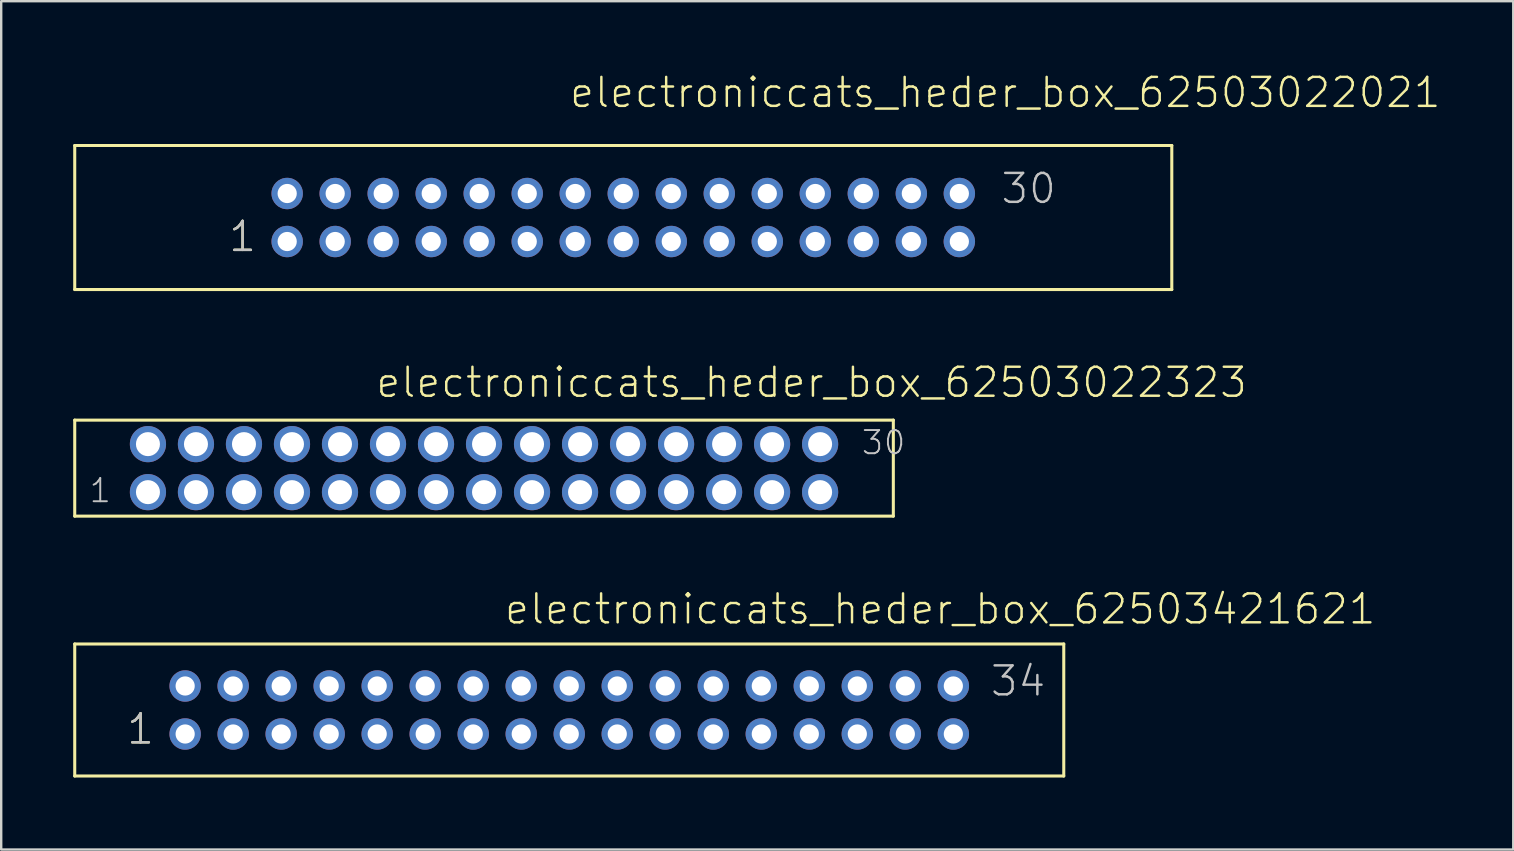
<source format=kicad_pcb>
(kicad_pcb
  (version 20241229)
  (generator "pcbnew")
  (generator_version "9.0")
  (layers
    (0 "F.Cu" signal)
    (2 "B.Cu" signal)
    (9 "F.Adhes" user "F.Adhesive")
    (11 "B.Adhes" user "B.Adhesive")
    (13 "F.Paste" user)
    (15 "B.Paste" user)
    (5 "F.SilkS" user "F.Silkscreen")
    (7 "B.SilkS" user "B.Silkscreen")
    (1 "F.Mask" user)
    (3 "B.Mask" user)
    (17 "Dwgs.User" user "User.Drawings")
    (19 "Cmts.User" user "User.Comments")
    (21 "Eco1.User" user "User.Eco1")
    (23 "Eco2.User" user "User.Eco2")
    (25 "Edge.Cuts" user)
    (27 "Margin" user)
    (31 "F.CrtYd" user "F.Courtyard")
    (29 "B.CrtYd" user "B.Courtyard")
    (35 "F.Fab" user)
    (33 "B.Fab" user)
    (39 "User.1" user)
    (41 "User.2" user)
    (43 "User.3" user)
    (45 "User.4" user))
  (footprint "electroniccats_heder_box_62503022021"
    (layer "F.Cu")
    (at 23.913 6.011)
    (property "Reference" "electroniccats_heder_box_62503022021" (at -3.3 -4.5 0) (layer "F.SilkS") (effects (font (size 1.206 1.206) (thickness 0.102)) (justify left bottom)))
    (attr through_hole)
    (fp_line (start -23.85 -3) (end -23.85 3) (stroke (width 0.127) (type solid)) (layer "F.SilkS"))
    (fp_line (start -23.85 3) (end 21.85 3) (stroke (width 0.127) (type solid)) (layer "F.SilkS"))
    (fp_line (start 21.85 -3) (end -23.85 -3) (stroke (width 0.127) (type solid)) (layer "F.SilkS"))
    (fp_line (start 21.85 3) (end 21.85 -3) (stroke (width 0.127) (type solid)) (layer "F.SilkS"))
    (fp_text user "1" (at -17.5 1.5 0) (layer "F.SilkS") (effects (font (size 1.206 1.206) (thickness 0.102)) (justify left bottom)))
    (fp_text user "1" (at -17.5 1.5 0) (layer "Dwgs.User") (effects (font (size 1.206 1.206) (thickness 0.102)) (justify left bottom)))
    (fp_text user "30" (at 14.67 -0.5 0) (layer "Dwgs.User") (effects (font (size 1.206 1.206) (thickness 0.102)) (justify left bottom)))
    (pad "1" thru_hole circle (at -15 1) (size 1.308 1.308) (drill 0.8) (layers "*.Cu" "*.Mask"))
    (pad "2" thru_hole circle (at -15 -1) (size 1.308 1.308) (drill 0.8) (layers "*.Cu" "*.Mask"))
    (pad "3" thru_hole circle (at -13 1) (size 1.308 1.308) (drill 0.8) (layers "*.Cu" "*.Mask"))
    (pad "4" thru_hole circle (at -13 -1) (size 1.308 1.308) (drill 0.8) (layers "*.Cu" "*.Mask"))
    (pad "5" thru_hole circle (at -11 1) (size 1.308 1.308) (drill 0.8) (layers "*.Cu" "*.Mask"))
    (pad "6" thru_hole circle (at -11 -1) (size 1.308 1.308) (drill 0.8) (layers "*.Cu" "*.Mask"))
    (pad "7" thru_hole circle (at -9 1) (size 1.308 1.308) (drill 0.8) (layers "*.Cu" "*.Mask"))
    (pad "8" thru_hole circle (at -9 -1) (size 1.308 1.308) (drill 0.8) (layers "*.Cu" "*.Mask"))
    (pad "9" thru_hole circle (at -7 1) (size 1.308 1.308) (drill 0.8) (layers "*.Cu" "*.Mask"))
    (pad "10" thru_hole circle (at -7 -1) (size 1.308 1.308) (drill 0.8) (layers "*.Cu" "*.Mask"))
    (pad "11" thru_hole circle (at -5 1) (size 1.308 1.308) (drill 0.8) (layers "*.Cu" "*.Mask"))
    (pad "12" thru_hole circle (at -5 -1) (size 1.308 1.308) (drill 0.8) (layers "*.Cu" "*.Mask"))
    (pad "13" thru_hole circle (at -3 1) (size 1.308 1.308) (drill 0.8) (layers "*.Cu" "*.Mask"))
    (pad "14" thru_hole circle (at -3 -1) (size 1.308 1.308) (drill 0.8) (layers "*.Cu" "*.Mask"))
    (pad "15" thru_hole circle (at -1 1) (size 1.308 1.308) (drill 0.8) (layers "*.Cu" "*.Mask"))
    (pad "16" thru_hole circle (at -1 -1) (size 1.308 1.308) (drill 0.8) (layers "*.Cu" "*.Mask"))
    (pad "17" thru_hole circle (at 1 1) (size 1.308 1.308) (drill 0.8) (layers "*.Cu" "*.Mask"))
    (pad "18" thru_hole circle (at 1 -1) (size 1.308 1.308) (drill 0.8) (layers "*.Cu" "*.Mask"))
    (pad "19" thru_hole circle (at 3 1) (size 1.308 1.308) (drill 0.8) (layers "*.Cu" "*.Mask"))
    (pad "20" thru_hole circle (at 3 -1) (size 1.308 1.308) (drill 0.8) (layers "*.Cu" "*.Mask"))
    (pad "21" thru_hole circle (at 5 1) (size 1.308 1.308) (drill 0.8) (layers "*.Cu" "*.Mask"))
    (pad "22" thru_hole circle (at 5 -1) (size 1.308 1.308) (drill 0.8) (layers "*.Cu" "*.Mask"))
    (pad "23" thru_hole circle (at 7 1) (size 1.308 1.308) (drill 0.8) (layers "*.Cu" "*.Mask"))
    (pad "24" thru_hole circle (at 7 -1) (size 1.308 1.308) (drill 0.8) (layers "*.Cu" "*.Mask"))
    (pad "25" thru_hole circle (at 9 1) (size 1.308 1.308) (drill 0.8) (layers "*.Cu" "*.Mask"))
    (pad "26" thru_hole circle (at 9 -1) (size 1.308 1.308) (drill 0.8) (layers "*.Cu" "*.Mask"))
    (pad "27" thru_hole circle (at 11 1) (size 1.308 1.308) (drill 0.8) (layers "*.Cu" "*.Mask"))
    (pad "28" thru_hole circle (at 11 -1) (size 1.308 1.308) (drill 0.8) (layers "*.Cu" "*.Mask"))
    (pad "29" thru_hole circle (at 13 1) (size 1.308 1.308) (drill 0.8) (layers "*.Cu" "*.Mask"))
    (pad "30" thru_hole circle (at 13 -1) (size 1.308 1.308) (drill 0.8) (layers "*.Cu" "*.Mask")))
  (footprint "electroniccats_heder_box_62503421621"
    (layer "F.Cu")
    (at 20.663 26.526)
    (property "Reference" "electroniccats_heder_box_62503421621" (at -2.76 -3.5 0) (layer "F.SilkS") (effects (font (size 1.206 1.206) (thickness 0.102)) (justify left bottom)))
    (attr through_hole)
    (fp_line (start -20.6 -2.75) (end -20.6 2.75) (stroke (width 0.127) (type solid)) (layer "F.SilkS"))
    (fp_line (start -20.6 2.75) (end 20.6 2.75) (stroke (width 0.127) (type solid)) (layer "F.SilkS"))
    (fp_line (start 20.6 -2.75) (end -20.6 -2.75) (stroke (width 0.127) (type solid)) (layer "F.SilkS"))
    (fp_line (start 20.6 2.75) (end 20.6 -2.75) (stroke (width 0.127) (type solid)) (layer "F.SilkS"))
    (fp_text user "1" (at -18.5 1.5 0) (layer "F.SilkS") (effects (font (size 1.206 1.206) (thickness 0.102)) (justify left bottom)))
    (fp_text user "34" (at 17.48 -0.5 0) (layer "Dwgs.User") (effects (font (size 1.206 1.206) (thickness 0.102)) (justify left bottom)))
    (fp_text user "1" (at -18.5 1.5 0) (layer "Dwgs.User") (effects (font (size 1.206 1.206) (thickness 0.102)) (justify left bottom)))
    (pad "1" thru_hole circle (at -16 1) (size 1.308 1.308) (drill 0.8) (layers "*.Cu" "*.Mask"))
    (pad "2" thru_hole circle (at -16 -1) (size 1.308 1.308) (drill 0.8) (layers "*.Cu" "*.Mask"))
    (pad "3" thru_hole circle (at -14 1) (size 1.308 1.308) (drill 0.8) (layers "*.Cu" "*.Mask"))
    (pad "4" thru_hole circle (at -14 -1) (size 1.308 1.308) (drill 0.8) (layers "*.Cu" "*.Mask"))
    (pad "5" thru_hole circle (at -12 1) (size 1.308 1.308) (drill 0.8) (layers "*.Cu" "*.Mask"))
    (pad "6" thru_hole circle (at -12 -1) (size 1.308 1.308) (drill 0.8) (layers "*.Cu" "*.Mask"))
    (pad "7" thru_hole circle (at -10 1) (size 1.308 1.308) (drill 0.8) (layers "*.Cu" "*.Mask"))
    (pad "8" thru_hole circle (at -10 -1) (size 1.308 1.308) (drill 0.8) (layers "*.Cu" "*.Mask"))
    (pad "9" thru_hole circle (at -8 1) (size 1.308 1.308) (drill 0.8) (layers "*.Cu" "*.Mask"))
    (pad "10" thru_hole circle (at -8 -1) (size 1.308 1.308) (drill 0.8) (layers "*.Cu" "*.Mask"))
    (pad "11" thru_hole circle (at -6 1) (size 1.308 1.308) (drill 0.8) (layers "*.Cu" "*.Mask"))
    (pad "12" thru_hole circle (at -6 -1) (size 1.308 1.308) (drill 0.8) (layers "*.Cu" "*.Mask"))
    (pad "13" thru_hole circle (at -4 1) (size 1.308 1.308) (drill 0.8) (layers "*.Cu" "*.Mask"))
    (pad "14" thru_hole circle (at -4 -1) (size 1.308 1.308) (drill 0.8) (layers "*.Cu" "*.Mask"))
    (pad "15" thru_hole circle (at -2 1) (size 1.308 1.308) (drill 0.8) (layers "*.Cu" "*.Mask"))
    (pad "16" thru_hole circle (at -2 -1) (size 1.308 1.308) (drill 0.8) (layers "*.Cu" "*.Mask"))
    (pad "17" thru_hole circle (at 0 1) (size 1.308 1.308) (drill 0.8) (layers "*.Cu" "*.Mask"))
    (pad "18" thru_hole circle (at 0 -1) (size 1.308 1.308) (drill 0.8) (layers "*.Cu" "*.Mask"))
    (pad "19" thru_hole circle (at 2 1) (size 1.308 1.308) (drill 0.8) (layers "*.Cu" "*.Mask"))
    (pad "20" thru_hole circle (at 2 -1) (size 1.308 1.308) (drill 0.8) (layers "*.Cu" "*.Mask"))
    (pad "21" thru_hole circle (at 4 1) (size 1.308 1.308) (drill 0.8) (layers "*.Cu" "*.Mask"))
    (pad "22" thru_hole circle (at 4 -1) (size 1.308 1.308) (drill 0.8) (layers "*.Cu" "*.Mask"))
    (pad "23" thru_hole circle (at 6 1) (size 1.308 1.308) (drill 0.8) (layers "*.Cu" "*.Mask"))
    (pad "24" thru_hole circle (at 6 -1) (size 1.308 1.308) (drill 0.8) (layers "*.Cu" "*.Mask"))
    (pad "25" thru_hole circle (at 8 1) (size 1.308 1.308) (drill 0.8) (layers "*.Cu" "*.Mask"))
    (pad "26" thru_hole circle (at 8 -1) (size 1.308 1.308) (drill 0.8) (layers "*.Cu" "*.Mask"))
    (pad "27" thru_hole circle (at 10 1) (size 1.308 1.308) (drill 0.8) (layers "*.Cu" "*.Mask"))
    (pad "28" thru_hole circle (at 10 -1) (size 1.308 1.308) (drill 0.8) (layers "*.Cu" "*.Mask"))
    (pad "29" thru_hole circle (at 12 1) (size 1.308 1.308) (drill 0.8) (layers "*.Cu" "*.Mask"))
    (pad "30" thru_hole circle (at 12 -1) (size 1.308 1.308) (drill 0.8) (layers "*.Cu" "*.Mask"))
    (pad "31" thru_hole circle (at 14 1) (size 1.308 1.308) (drill 0.8) (layers "*.Cu" "*.Mask"))
    (pad "32" thru_hole circle (at 14 -1) (size 1.308 1.308) (drill 0.8) (layers "*.Cu" "*.Mask"))
    (pad "33" thru_hole circle (at 16 1) (size 1.308 1.308) (drill 0.8) (layers "*.Cu" "*.Mask"))
    (pad "34" thru_hole circle (at 16 -1) (size 1.308 1.308) (drill 0.8) (layers "*.Cu" "*.Mask")))
  (footprint "electroniccats_heder_box_62503022323"
    (layer "F.Cu")
    (at 17.113 16.451)
    (property "Reference" "electroniccats_heder_box_62503022323" (at -4.57 -2.865 0) (layer "F.SilkS") (effects (font (size 1.206 1.206) (thickness 0.102)) (justify left bottom)))
    (attr through_hole)
    (fp_line (start -17.05 -2) (end -17.05 2) (stroke (width 0.127) (type solid)) (layer "F.SilkS"))
    (fp_line (start -17.05 2) (end 17.05 2) (stroke (width 0.127) (type solid)) (layer "F.SilkS"))
    (fp_line (start 17.05 -2) (end -17.05 -2) (stroke (width 0.127) (type solid)) (layer "F.SilkS"))
    (fp_line (start 17.05 2) (end 17.05 -2) (stroke (width 0.127) (type solid)) (layer "F.SilkS"))
    (fp_text user "1" (at -16.5 1.5 0) (layer "Dwgs.User") (effects (font (size 0.965 0.965) (thickness 0.081)) (justify left bottom)))
    (fp_text user "30" (at 15.67 -0.5 0) (layer "Dwgs.User") (effects (font (size 0.965 0.965) (thickness 0.081)) (justify left bottom)))
    (pad "1" thru_hole circle (at -14 1) (size 1.508 1.508) (drill 1) (layers "*.Cu" "*.Mask"))
    (pad "2" thru_hole circle (at -14 -1) (size 1.508 1.508) (drill 1) (layers "*.Cu" "*.Mask"))
    (pad "3" thru_hole circle (at -12 1) (size 1.508 1.508) (drill 1) (layers "*.Cu" "*.Mask"))
    (pad "4" thru_hole circle (at -12 -1) (size 1.508 1.508) (drill 1) (layers "*.Cu" "*.Mask"))
    (pad "5" thru_hole circle (at -10 1) (size 1.508 1.508) (drill 1) (layers "*.Cu" "*.Mask"))
    (pad "6" thru_hole circle (at -10 -1) (size 1.508 1.508) (drill 1) (layers "*.Cu" "*.Mask"))
    (pad "7" thru_hole circle (at -8 1) (size 1.508 1.508) (drill 1) (layers "*.Cu" "*.Mask"))
    (pad "8" thru_hole circle (at -8 -1) (size 1.508 1.508) (drill 1) (layers "*.Cu" "*.Mask"))
    (pad "9" thru_hole circle (at -6 1) (size 1.508 1.508) (drill 1) (layers "*.Cu" "*.Mask"))
    (pad "10" thru_hole circle (at -6 -1) (size 1.508 1.508) (drill 1) (layers "*.Cu" "*.Mask"))
    (pad "11" thru_hole circle (at -4 1) (size 1.508 1.508) (drill 1) (layers "*.Cu" "*.Mask"))
    (pad "12" thru_hole circle (at -4 -1) (size 1.508 1.508) (drill 1) (layers "*.Cu" "*.Mask"))
    (pad "13" thru_hole circle (at -2 1) (size 1.508 1.508) (drill 1) (layers "*.Cu" "*.Mask"))
    (pad "14" thru_hole circle (at -2 -1) (size 1.508 1.508) (drill 1) (layers "*.Cu" "*.Mask"))
    (pad "15" thru_hole circle (at 0 1) (size 1.508 1.508) (drill 1) (layers "*.Cu" "*.Mask"))
    (pad "16" thru_hole circle (at 0 -1) (size 1.508 1.508) (drill 1) (layers "*.Cu" "*.Mask"))
    (pad "17" thru_hole circle (at 2 1) (size 1.508 1.508) (drill 1) (layers "*.Cu" "*.Mask"))
    (pad "18" thru_hole circle (at 2 -1) (size 1.508 1.508) (drill 1) (layers "*.Cu" "*.Mask"))
    (pad "19" thru_hole circle (at 4 1) (size 1.508 1.508) (drill 1) (layers "*.Cu" "*.Mask"))
    (pad "20" thru_hole circle (at 4 -1) (size 1.508 1.508) (drill 1) (layers "*.Cu" "*.Mask"))
    (pad "21" thru_hole circle (at 6 1) (size 1.508 1.508) (drill 1) (layers "*.Cu" "*.Mask"))
    (pad "22" thru_hole circle (at 6 -1) (size 1.508 1.508) (drill 1) (layers "*.Cu" "*.Mask"))
    (pad "23" thru_hole circle (at 8 1) (size 1.508 1.508) (drill 1) (layers "*.Cu" "*.Mask"))
    (pad "24" thru_hole circle (at 8 -1) (size 1.508 1.508) (drill 1) (layers "*.Cu" "*.Mask"))
    (pad "25" thru_hole circle (at 10 1) (size 1.508 1.508) (drill 1) (layers "*.Cu" "*.Mask"))
    (pad "26" thru_hole circle (at 10 -1) (size 1.508 1.508) (drill 1) (layers "*.Cu" "*.Mask"))
    (pad "27" thru_hole circle (at 12 1) (size 1.508 1.508) (drill 1) (layers "*.Cu" "*.Mask"))
    (pad "28" thru_hole circle (at 12 -1) (size 1.508 1.508) (drill 1) (layers "*.Cu" "*.Mask"))
    (pad "29" thru_hole circle (at 14 1) (size 1.508 1.508) (drill 1) (layers "*.Cu" "*.Mask"))
    (pad "30" thru_hole circle (at 14 -1) (size 1.508 1.508) (drill 1) (layers "*.Cu" "*.Mask")))
  (gr_rect
    (start -3 -3)
    (end 59.987 32.339)
    (stroke (width 0.1) (type default))
    (fill no)
    (layer "Edge.Cuts")))
</source>
